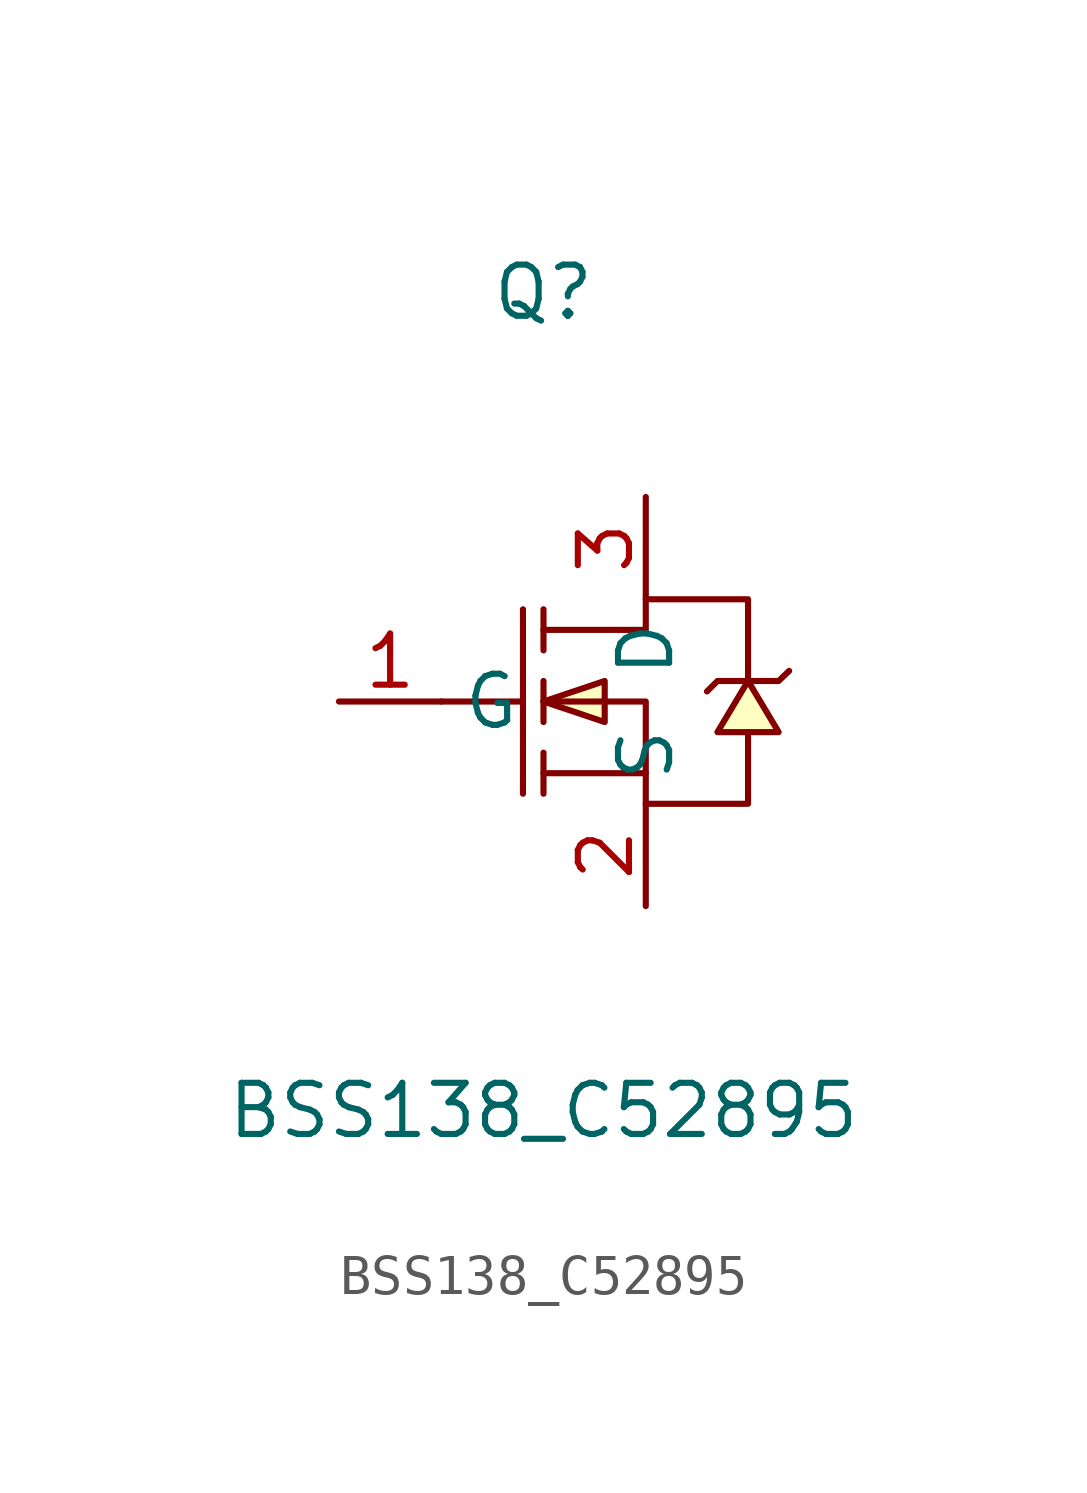
<source format=kicad_sym>
(kicad_symbol_lib
  (version 1)
  (generator "faebryk")
  (symbol "BSS138_C52895"
    (property "Reference" "Q"
      (at 0 10.16 0)
      (effects (font (size 1.27 1.27)) (hide no)))
    (property "Value" "BSS138_C52895"
      (at 0 -10.16 0)
      (effects (font (size 1.27 1.27)) (hide no)))
    (symbol "BSS138_C52895_0_1"
      (polyline (stroke (width 0) (type default) (color 0 0 0 0)) (fill (type none)) (pts (xy 0 1.78) (xy 2.54 1.78) (xy 2.54 2.54) (xy 5.08 2.54) (xy 5.08 0.51)))
      (polyline (stroke (width 0) (type default) (color 0 0 0 0)) (fill (type none)) (pts (xy 0 0) (xy 2.54 0) (xy 2.54 -2.54) (xy 5.08 -2.54) (xy 5.08 -0.76)))
      (polyline (stroke (width 0) (type default) (color 0 0 0 0)) (fill (type none)) (pts (xy 2.54 -1.78) (xy 0 -1.78)))
      (polyline (stroke (width 0) (type default) (color 0 0 0 0)) (fill (type none)) (pts (xy -0.51 2.29) (xy -0.51 -2.29)))
      (polyline (stroke (width 0) (type default) (color 0 0 0 0)) (fill (type none)) (pts (xy 0 2.29) (xy 0 1.27)))
      (polyline (stroke (width 0) (type default) (color 0 0 0 0)) (fill (type none)) (pts (xy 0 -0.51) (xy 0 0.51)))
      (polyline (stroke (width 0) (type default) (color 0 0 0 0)) (fill (type none)) (pts (xy 0 -2.29) (xy 0 -1.27)))
      (polyline (stroke (width 0) (type default) (color 0 0 0 0)) (fill (type none)) (pts (xy -2.54 0) (xy -0.51 0)))
      (polyline (stroke (width 0) (type default) (color 0 0 0 0)) (fill (type none)) (pts (xy 4.06 0.25) (xy 4.32 0.51) (xy 5.84 0.51) (xy 6.1 0.76)))
      (polyline (stroke (width 0) (type default) (color 0 0 0 0)) (fill (type background)) (pts (xy 5.08 0.51) (xy 5.84 -0.76) (xy 4.32 -0.76) (xy 5.08 0.51)))
      (polyline (stroke (width 0) (type default) (color 0 0 0 0)) (fill (type background)) (pts (xy 0 0) (xy 1.52 0.51) (xy 1.52 -0.51) (xy 0 0)))
      (pin unspecified line (at 2.54 -5.08 90) (length 2.54) (name "S" (effects (font (size 1.27 1.27)) (hide no))) (number "2" (effects (font (size 1.27 1.27)) (hide no))))
      (pin unspecified line (at -5.08 0 0) (length 2.54) (name "G" (effects (font (size 1.27 1.27)) (hide no))) (number "1" (effects (font (size 1.27 1.27)) (hide no))))
      (pin unspecified line (at 2.54 5.08 270) (length 2.54) (name "D" (effects (font (size 1.27 1.27)) (hide no))) (number "3" (effects (font (size 1.27 1.27)) (hide no)))))))
</source>
